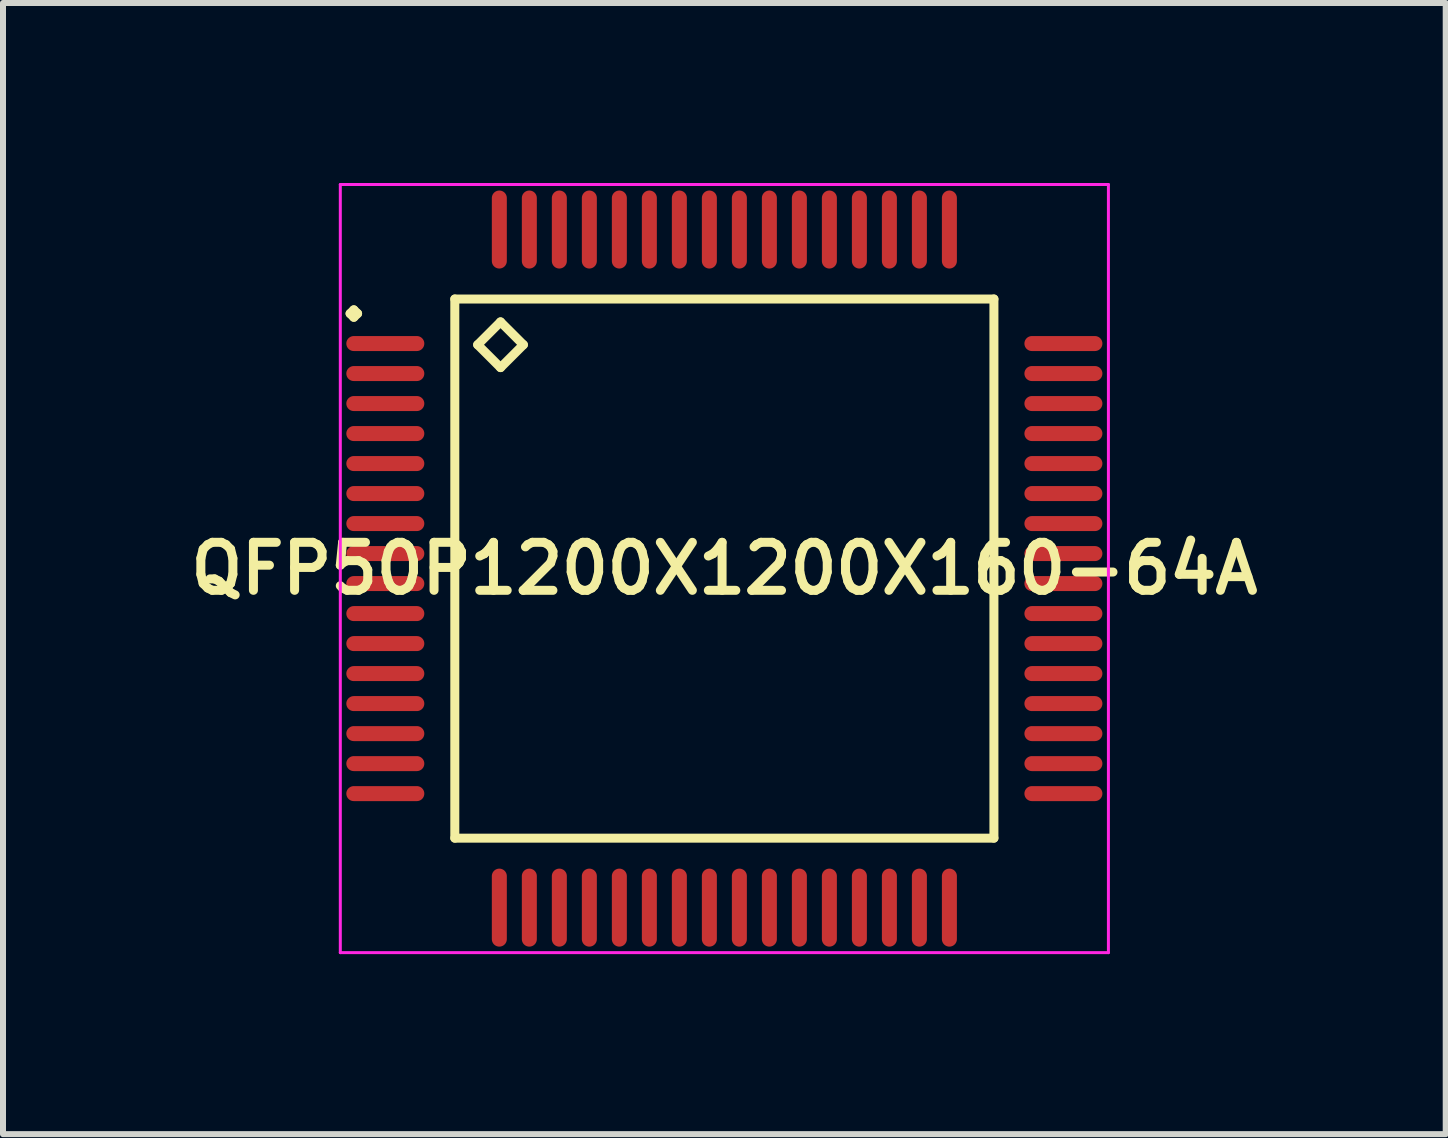
<source format=kicad_pcb>
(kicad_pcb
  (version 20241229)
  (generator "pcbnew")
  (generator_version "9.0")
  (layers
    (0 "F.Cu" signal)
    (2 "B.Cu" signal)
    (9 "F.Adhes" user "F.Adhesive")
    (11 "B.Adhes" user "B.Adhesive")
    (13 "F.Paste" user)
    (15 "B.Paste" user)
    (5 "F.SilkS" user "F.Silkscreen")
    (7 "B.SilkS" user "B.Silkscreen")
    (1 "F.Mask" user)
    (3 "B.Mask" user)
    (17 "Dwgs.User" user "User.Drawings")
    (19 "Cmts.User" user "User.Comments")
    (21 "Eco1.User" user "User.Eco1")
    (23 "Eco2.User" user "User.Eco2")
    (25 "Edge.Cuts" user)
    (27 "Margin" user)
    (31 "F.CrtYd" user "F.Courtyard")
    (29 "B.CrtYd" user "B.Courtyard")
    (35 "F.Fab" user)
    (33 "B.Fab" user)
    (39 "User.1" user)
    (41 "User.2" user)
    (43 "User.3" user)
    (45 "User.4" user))
  (footprint "QFP50P1200X1200X160-64A"
    (layer "F.Cu")
    (at 9.021 6.425)
    (property "Reference" "QFP50P1200X1200X160-64A" (at 0 0 0) (layer "F.SilkS") (effects (font (size 0.8 0.8) (thickness 0.15))))
    (attr smd)
    (fp_line (start -6.237 -4.25) (end -6.175 -4.312) (stroke (width 0.15) (type solid)) (layer "F.SilkS"))
    (fp_line (start -6.175 -4.312) (end -6.112 -4.25) (stroke (width 0.15) (type solid)) (layer "F.SilkS"))
    (fp_line (start -6.175 -4.188) (end -6.237 -4.25) (stroke (width 0.15) (type solid)) (layer "F.SilkS"))
    (fp_line (start -6.112 -4.25) (end -6.175 -4.188) (stroke (width 0.15) (type solid)) (layer "F.SilkS"))
    (fp_line (start -4.492 -4.492) (end -4.492 4.492) (stroke (width 0.15) (type solid)) (layer "F.SilkS"))
    (fp_line (start -4.492 4.492) (end 4.492 4.492) (stroke (width 0.15) (type solid)) (layer "F.SilkS"))
    (fp_line (start -4.111 -3.73) (end -3.73 -4.111) (stroke (width 0.15) (type solid)) (layer "F.SilkS"))
    (fp_line (start -3.73 -4.111) (end -3.349 -3.73) (stroke (width 0.15) (type solid)) (layer "F.SilkS"))
    (fp_line (start -3.73 -3.349) (end -4.111 -3.73) (stroke (width 0.15) (type solid)) (layer "F.SilkS"))
    (fp_line (start -3.349 -3.73) (end -3.73 -3.349) (stroke (width 0.15) (type solid)) (layer "F.SilkS"))
    (fp_line (start 4.492 -4.492) (end -4.492 -4.492) (stroke (width 0.15) (type solid)) (layer "F.SilkS"))
    (fp_line (start 4.492 4.492) (end 4.492 -4.492) (stroke (width 0.15) (type solid)) (layer "F.SilkS"))
    (fp_line (start -6.4 -6.4) (end 6.4 -6.4) (stroke (width 0.05) (type solid)) (layer "F.CrtYd"))
    (fp_line (start -6.4 6.4) (end -6.4 -6.4) (stroke (width 0.05) (type solid)) (layer "F.CrtYd"))
    (fp_line (start 6.4 -6.4) (end 6.4 6.4) (stroke (width 0.05) (type solid)) (layer "F.CrtYd"))
    (fp_line (start 6.4 6.4) (end -6.4 6.4) (stroke (width 0.05) (type solid)) (layer "F.CrtYd"))
    (pad "1" smd oval (at -5.65 -3.75) (size 1.3 0.25) (layers "F.Cu" "F.Mask" "F.Paste"))
    (pad "2" smd oval (at -5.65 -3.25) (size 1.3 0.25) (layers "F.Cu" "F.Mask" "F.Paste"))
    (pad "3" smd oval (at -5.65 -2.75) (size 1.3 0.25) (layers "F.Cu" "F.Mask" "F.Paste"))
    (pad "4" smd oval (at -5.65 -2.25) (size 1.3 0.25) (layers "F.Cu" "F.Mask" "F.Paste"))
    (pad "5" smd oval (at -5.65 -1.75) (size 1.3 0.25) (layers "F.Cu" "F.Mask" "F.Paste"))
    (pad "6" smd oval (at -5.65 -1.25) (size 1.3 0.25) (layers "F.Cu" "F.Mask" "F.Paste"))
    (pad "7" smd oval (at -5.65 -0.75) (size 1.3 0.25) (layers "F.Cu" "F.Mask" "F.Paste"))
    (pad "8" smd oval (at -5.65 -0.25) (size 1.3 0.25) (layers "F.Cu" "F.Mask" "F.Paste"))
    (pad "9" smd oval (at -5.65 0.25) (size 1.3 0.25) (layers "F.Cu" "F.Mask" "F.Paste"))
    (pad "10" smd oval (at -5.65 0.75) (size 1.3 0.25) (layers "F.Cu" "F.Mask" "F.Paste"))
    (pad "11" smd oval (at -5.65 1.25) (size 1.3 0.25) (layers "F.Cu" "F.Mask" "F.Paste"))
    (pad "12" smd oval (at -5.65 1.75) (size 1.3 0.25) (layers "F.Cu" "F.Mask" "F.Paste"))
    (pad "13" smd oval (at -5.65 2.25) (size 1.3 0.25) (layers "F.Cu" "F.Mask" "F.Paste"))
    (pad "14" smd oval (at -5.65 2.75) (size 1.3 0.25) (layers "F.Cu" "F.Mask" "F.Paste"))
    (pad "15" smd oval (at -5.65 3.25) (size 1.3 0.25) (layers "F.Cu" "F.Mask" "F.Paste"))
    (pad "16" smd oval (at -5.65 3.75) (size 1.3 0.25) (layers "F.Cu" "F.Mask" "F.Paste"))
    (pad "17" smd oval (at -3.75 5.65) (size 0.25 1.3) (layers "F.Cu" "F.Mask" "F.Paste"))
    (pad "18" smd oval (at -3.25 5.65) (size 0.25 1.3) (layers "F.Cu" "F.Mask" "F.Paste"))
    (pad "19" smd oval (at -2.75 5.65) (size 0.25 1.3) (layers "F.Cu" "F.Mask" "F.Paste"))
    (pad "20" smd oval (at -2.25 5.65) (size 0.25 1.3) (layers "F.Cu" "F.Mask" "F.Paste"))
    (pad "21" smd oval (at -1.75 5.65) (size 0.25 1.3) (layers "F.Cu" "F.Mask" "F.Paste"))
    (pad "22" smd oval (at -1.25 5.65) (size 0.25 1.3) (layers "F.Cu" "F.Mask" "F.Paste"))
    (pad "23" smd oval (at -0.75 5.65) (size 0.25 1.3) (layers "F.Cu" "F.Mask" "F.Paste"))
    (pad "24" smd oval (at -0.25 5.65) (size 0.25 1.3) (layers "F.Cu" "F.Mask" "F.Paste"))
    (pad "25" smd oval (at 0.25 5.65) (size 0.25 1.3) (layers "F.Cu" "F.Mask" "F.Paste"))
    (pad "26" smd oval (at 0.75 5.65) (size 0.25 1.3) (layers "F.Cu" "F.Mask" "F.Paste"))
    (pad "27" smd oval (at 1.25 5.65) (size 0.25 1.3) (layers "F.Cu" "F.Mask" "F.Paste"))
    (pad "28" smd oval (at 1.75 5.65) (size 0.25 1.3) (layers "F.Cu" "F.Mask" "F.Paste"))
    (pad "29" smd oval (at 2.25 5.65) (size 0.25 1.3) (layers "F.Cu" "F.Mask" "F.Paste"))
    (pad "30" smd oval (at 2.75 5.65) (size 0.25 1.3) (layers "F.Cu" "F.Mask" "F.Paste"))
    (pad "31" smd oval (at 3.25 5.65) (size 0.25 1.3) (layers "F.Cu" "F.Mask" "F.Paste"))
    (pad "32" smd oval (at 3.75 5.65) (size 0.25 1.3) (layers "F.Cu" "F.Mask" "F.Paste"))
    (pad "33" smd oval (at 5.65 3.75) (size 1.3 0.25) (layers "F.Cu" "F.Mask" "F.Paste"))
    (pad "34" smd oval (at 5.65 3.25) (size 1.3 0.25) (layers "F.Cu" "F.Mask" "F.Paste"))
    (pad "35" smd oval (at 5.65 2.75) (size 1.3 0.25) (layers "F.Cu" "F.Mask" "F.Paste"))
    (pad "36" smd oval (at 5.65 2.25) (size 1.3 0.25) (layers "F.Cu" "F.Mask" "F.Paste"))
    (pad "37" smd oval (at 5.65 1.75) (size 1.3 0.25) (layers "F.Cu" "F.Mask" "F.Paste"))
    (pad "38" smd oval (at 5.65 1.25) (size 1.3 0.25) (layers "F.Cu" "F.Mask" "F.Paste"))
    (pad "39" smd oval (at 5.65 0.75) (size 1.3 0.25) (layers "F.Cu" "F.Mask" "F.Paste"))
    (pad "40" smd oval (at 5.65 0.25) (size 1.3 0.25) (layers "F.Cu" "F.Mask" "F.Paste"))
    (pad "41" smd oval (at 5.65 -0.25) (size 1.3 0.25) (layers "F.Cu" "F.Mask" "F.Paste"))
    (pad "42" smd oval (at 5.65 -0.75) (size 1.3 0.25) (layers "F.Cu" "F.Mask" "F.Paste"))
    (pad "43" smd oval (at 5.65 -1.25) (size 1.3 0.25) (layers "F.Cu" "F.Mask" "F.Paste"))
    (pad "44" smd oval (at 5.65 -1.75) (size 1.3 0.25) (layers "F.Cu" "F.Mask" "F.Paste"))
    (pad "45" smd oval (at 5.65 -2.25) (size 1.3 0.25) (layers "F.Cu" "F.Mask" "F.Paste"))
    (pad "46" smd oval (at 5.65 -2.75) (size 1.3 0.25) (layers "F.Cu" "F.Mask" "F.Paste"))
    (pad "47" smd oval (at 5.65 -3.25) (size 1.3 0.25) (layers "F.Cu" "F.Mask" "F.Paste"))
    (pad "48" smd oval (at 5.65 -3.75) (size 1.3 0.25) (layers "F.Cu" "F.Mask" "F.Paste"))
    (pad "49" smd oval (at 3.75 -5.65) (size 0.25 1.3) (layers "F.Cu" "F.Mask" "F.Paste"))
    (pad "50" smd oval (at 3.25 -5.65) (size 0.25 1.3) (layers "F.Cu" "F.Mask" "F.Paste"))
    (pad "51" smd oval (at 2.75 -5.65) (size 0.25 1.3) (layers "F.Cu" "F.Mask" "F.Paste"))
    (pad "52" smd oval (at 2.25 -5.65) (size 0.25 1.3) (layers "F.Cu" "F.Mask" "F.Paste"))
    (pad "53" smd oval (at 1.75 -5.65) (size 0.25 1.3) (layers "F.Cu" "F.Mask" "F.Paste"))
    (pad "54" smd oval (at 1.25 -5.65) (size 0.25 1.3) (layers "F.Cu" "F.Mask" "F.Paste"))
    (pad "55" smd oval (at 0.75 -5.65) (size 0.25 1.3) (layers "F.Cu" "F.Mask" "F.Paste"))
    (pad "56" smd oval (at 0.25 -5.65) (size 0.25 1.3) (layers "F.Cu" "F.Mask" "F.Paste"))
    (pad "57" smd oval (at -0.25 -5.65) (size 0.25 1.3) (layers "F.Cu" "F.Mask" "F.Paste"))
    (pad "58" smd oval (at -0.75 -5.65) (size 0.25 1.3) (layers "F.Cu" "F.Mask" "F.Paste"))
    (pad "59" smd oval (at -1.25 -5.65) (size 0.25 1.3) (layers "F.Cu" "F.Mask" "F.Paste"))
    (pad "60" smd oval (at -1.75 -5.65) (size 0.25 1.3) (layers "F.Cu" "F.Mask" "F.Paste"))
    (pad "61" smd oval (at -2.25 -5.65) (size 0.25 1.3) (layers "F.Cu" "F.Mask" "F.Paste"))
    (pad "62" smd oval (at -2.75 -5.65) (size 0.25 1.3) (layers "F.Cu" "F.Mask" "F.Paste"))
    (pad "63" smd oval (at -3.25 -5.65) (size 0.25 1.3) (layers "F.Cu" "F.Mask" "F.Paste"))
    (pad "64" smd oval (at -3.75 -5.65) (size 0.25 1.3) (layers "F.Cu" "F.Mask" "F.Paste")))
  (gr_rect
    (start -3 -3)
    (end 21.042 15.85)
    (stroke (width 0.1) (type default))
    (fill no)
    (layer "Edge.Cuts")))
</source>
